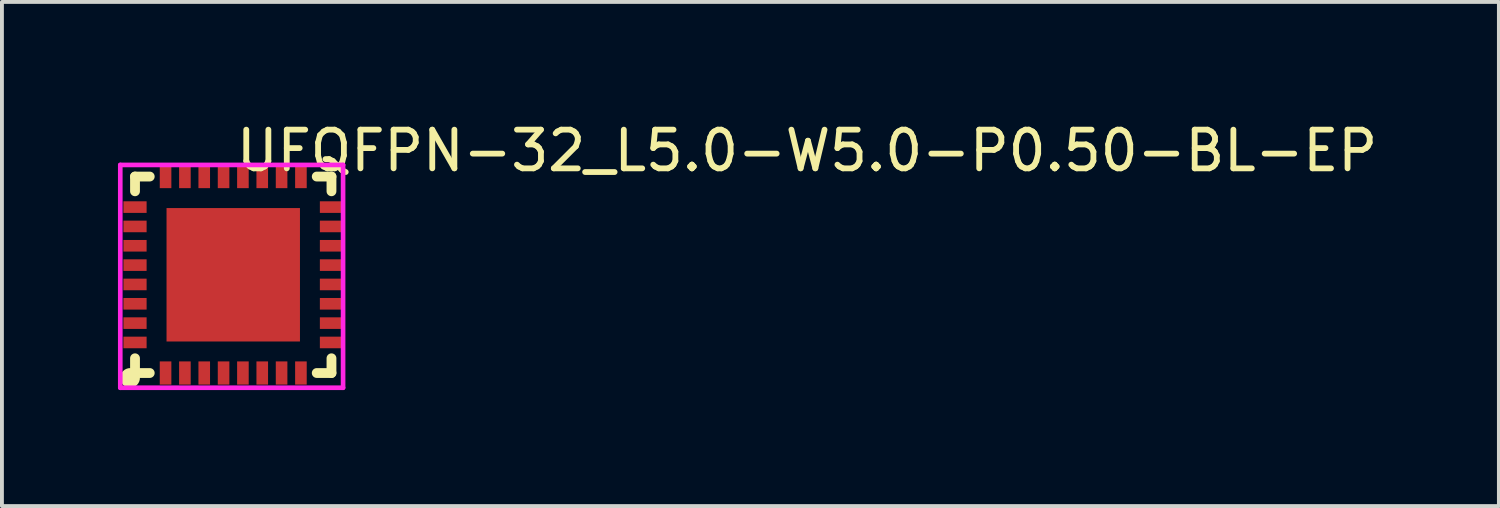
<source format=kicad_pcb>
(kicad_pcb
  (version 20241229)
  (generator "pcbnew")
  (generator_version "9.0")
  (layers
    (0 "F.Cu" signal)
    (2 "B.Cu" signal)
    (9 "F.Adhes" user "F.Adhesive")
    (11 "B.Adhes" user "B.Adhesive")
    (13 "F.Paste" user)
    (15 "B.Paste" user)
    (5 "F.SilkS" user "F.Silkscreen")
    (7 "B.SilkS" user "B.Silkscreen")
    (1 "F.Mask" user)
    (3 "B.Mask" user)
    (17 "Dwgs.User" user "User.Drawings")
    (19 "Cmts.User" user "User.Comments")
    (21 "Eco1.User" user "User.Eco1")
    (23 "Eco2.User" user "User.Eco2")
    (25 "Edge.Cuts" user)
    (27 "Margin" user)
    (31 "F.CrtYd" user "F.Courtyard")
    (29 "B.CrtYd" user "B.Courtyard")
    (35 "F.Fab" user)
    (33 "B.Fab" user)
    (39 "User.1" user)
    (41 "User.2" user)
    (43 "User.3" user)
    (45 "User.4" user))
  (footprint "UFQFPN-32_L5.0-W5.0-P0.50-BL-EP"
    (layer "F.Cu")
    (at 2.981 4.055)
    (property "Reference" "UFQFPN-32_L5.0-W5.0-P0.50-BL-EP" (at 0 -3.207 0) (layer "F.SilkS") (effects (font (size 1 1) (thickness 0.15)) (justify left)))
    (attr through_hole)
    (fp_line (start -2.54 -2.54) (end -2.159 -2.54) (stroke (width 0.254) (type solid)) (layer "F.SilkS"))
    (fp_line (start -2.54 -2.159) (end -2.54 -2.54) (stroke (width 0.254) (type solid)) (layer "F.SilkS"))
    (fp_line (start -2.54 2.54) (end -2.54 2.159) (stroke (width 0.254) (type solid)) (layer "F.SilkS"))
    (fp_line (start -2.159 2.54) (end -2.54 2.54) (stroke (width 0.254) (type solid)) (layer "F.SilkS"))
    (fp_line (start 2.159 -2.54) (end 2.54 -2.54) (stroke (width 0.254) (type solid)) (layer "F.SilkS"))
    (fp_line (start 2.54 -2.54) (end 2.54 -2.159) (stroke (width 0.254) (type solid)) (layer "F.SilkS"))
    (fp_line (start 2.54 2.159) (end 2.54 2.54) (stroke (width 0.254) (type solid)) (layer "F.SilkS"))
    (fp_line (start 2.54 2.54) (end 2.159 2.54) (stroke (width 0.254) (type solid)) (layer "F.SilkS"))
    (fp_circle (center -2.667 2.667) (end -2.54 2.667) (stroke (width 0.254) (type solid)) (fill no) (layer "F.SilkS"))
    (fp_circle (center -2.921 2.921) (end -2.891 2.921) (stroke (width 0.06) (type solid)) (fill no) (layer "Eco2.User"))
    (fp_poly (pts (xy -2.84 -1.9) (xy -2.24 -1.9) (xy -2.24 -1.6) (xy -2.84 -1.6)) (stroke (width 0.12) (type solid)) (fill no) (layer "Eco2.User"))
    (fp_poly (pts (xy -2.84 -1.4) (xy -2.24 -1.4) (xy -2.24 -1.1) (xy -2.84 -1.1)) (stroke (width 0.12) (type solid)) (fill no) (layer "Eco2.User"))
    (fp_poly (pts (xy -2.84 -0.9) (xy -2.24 -0.9) (xy -2.24 -0.6) (xy -2.84 -0.6)) (stroke (width 0.12) (type solid)) (fill no) (layer "Eco2.User"))
    (fp_poly (pts (xy -2.84 -0.4) (xy -2.24 -0.4) (xy -2.24 -0.1) (xy -2.84 -0.1)) (stroke (width 0.12) (type solid)) (fill no) (layer "Eco2.User"))
    (fp_poly (pts (xy -2.84 0.1) (xy -2.24 0.1) (xy -2.24 0.4) (xy -2.84 0.4)) (stroke (width 0.12) (type solid)) (fill no) (layer "Eco2.User"))
    (fp_poly (pts (xy -2.84 0.6) (xy -2.24 0.6) (xy -2.24 0.9) (xy -2.84 0.9)) (stroke (width 0.12) (type solid)) (fill no) (layer "Eco2.User"))
    (fp_poly (pts (xy -2.84 1.1) (xy -2.24 1.1) (xy -2.24 1.4) (xy -2.84 1.4)) (stroke (width 0.12) (type solid)) (fill no) (layer "Eco2.User"))
    (fp_poly (pts (xy -2.84 1.6) (xy -2.24 1.6) (xy -2.24 1.9) (xy -2.84 1.9)) (stroke (width 0.12) (type solid)) (fill no) (layer "Eco2.User"))
    (fp_poly (pts (xy -1.9 2.84) (xy -1.9 2.24) (xy -1.6 2.24) (xy -1.6 2.84)) (stroke (width 0.12) (type solid)) (fill no) (layer "Eco2.User"))
    (fp_poly (pts (xy -1.725 -1.725) (xy 1.725 -1.725) (xy 1.725 1.725) (xy -1.725 1.725)) (stroke (width 0.12) (type solid)) (fill no) (layer "Eco2.User"))
    (fp_poly (pts (xy -1.6 -2.84) (xy -1.6 -2.24) (xy -1.9 -2.24) (xy -1.9 -2.84)) (stroke (width 0.12) (type solid)) (fill no) (layer "Eco2.User"))
    (fp_poly (pts (xy -1.4 2.84) (xy -1.4 2.24) (xy -1.1 2.24) (xy -1.1 2.84)) (stroke (width 0.12) (type solid)) (fill no) (layer "Eco2.User"))
    (fp_poly (pts (xy -1.1 -2.84) (xy -1.1 -2.24) (xy -1.4 -2.24) (xy -1.4 -2.84)) (stroke (width 0.12) (type solid)) (fill no) (layer "Eco2.User"))
    (fp_poly (pts (xy -0.9 2.84) (xy -0.9 2.24) (xy -0.6 2.24) (xy -0.6 2.84)) (stroke (width 0.12) (type solid)) (fill no) (layer "Eco2.User"))
    (fp_poly (pts (xy -0.6 -2.84) (xy -0.6 -2.24) (xy -0.9 -2.24) (xy -0.9 -2.84)) (stroke (width 0.12) (type solid)) (fill no) (layer "Eco2.User"))
    (fp_poly (pts (xy -0.4 2.84) (xy -0.4 2.24) (xy -0.1 2.24) (xy -0.1 2.84)) (stroke (width 0.12) (type solid)) (fill no) (layer "Eco2.User"))
    (fp_poly (pts (xy -0.1 -2.84) (xy -0.1 -2.24) (xy -0.4 -2.24) (xy -0.4 -2.84)) (stroke (width 0.12) (type solid)) (fill no) (layer "Eco2.User"))
    (fp_poly (pts (xy 0.1 2.84) (xy 0.1 2.24) (xy 0.4 2.24) (xy 0.4 2.84)) (stroke (width 0.12) (type solid)) (fill no) (layer "Eco2.User"))
    (fp_poly (pts (xy 0.4 -2.84) (xy 0.4 -2.24) (xy 0.1 -2.24) (xy 0.1 -2.84)) (stroke (width 0.12) (type solid)) (fill no) (layer "Eco2.User"))
    (fp_poly (pts (xy 0.6 2.84) (xy 0.6 2.24) (xy 0.9 2.24) (xy 0.9 2.84)) (stroke (width 0.12) (type solid)) (fill no) (layer "Eco2.User"))
    (fp_poly (pts (xy 0.9 -2.84) (xy 0.9 -2.24) (xy 0.6 -2.24) (xy 0.6 -2.84)) (stroke (width 0.12) (type solid)) (fill no) (layer "Eco2.User"))
    (fp_poly (pts (xy 1.1 2.84) (xy 1.1 2.24) (xy 1.4 2.24) (xy 1.4 2.84)) (stroke (width 0.12) (type solid)) (fill no) (layer "Eco2.User"))
    (fp_poly (pts (xy 1.4 -2.84) (xy 1.4 -2.24) (xy 1.1 -2.24) (xy 1.1 -2.84)) (stroke (width 0.12) (type solid)) (fill no) (layer "Eco2.User"))
    (fp_poly (pts (xy 1.6 2.84) (xy 1.6 2.24) (xy 1.9 2.24) (xy 1.9 2.84)) (stroke (width 0.12) (type solid)) (fill no) (layer "Eco2.User"))
    (fp_poly (pts (xy 1.9 -2.84) (xy 1.9 -2.24) (xy 1.6 -2.24) (xy 1.6 -2.84)) (stroke (width 0.12) (type solid)) (fill no) (layer "Eco2.User"))
    (fp_poly (pts (xy 2.84 -1.6) (xy 2.24 -1.6) (xy 2.24 -1.9) (xy 2.84 -1.9)) (stroke (width 0.12) (type solid)) (fill no) (layer "Eco2.User"))
    (fp_poly (pts (xy 2.84 -1.1) (xy 2.24 -1.1) (xy 2.24 -1.4) (xy 2.84 -1.4)) (stroke (width 0.12) (type solid)) (fill no) (layer "Eco2.User"))
    (fp_poly (pts (xy 2.84 -0.6) (xy 2.24 -0.6) (xy 2.24 -0.9) (xy 2.84 -0.9)) (stroke (width 0.12) (type solid)) (fill no) (layer "Eco2.User"))
    (fp_poly (pts (xy 2.84 -0.1) (xy 2.24 -0.1) (xy 2.24 -0.4) (xy 2.84 -0.4)) (stroke (width 0.12) (type solid)) (fill no) (layer "Eco2.User"))
    (fp_poly (pts (xy 2.84 0.4) (xy 2.24 0.4) (xy 2.24 0.1) (xy 2.84 0.1)) (stroke (width 0.12) (type solid)) (fill no) (layer "Eco2.User"))
    (fp_poly (pts (xy 2.84 0.9) (xy 2.24 0.9) (xy 2.24 0.6) (xy 2.84 0.6)) (stroke (width 0.12) (type solid)) (fill no) (layer "Eco2.User"))
    (fp_poly (pts (xy 2.84 1.4) (xy 2.24 1.4) (xy 2.24 1.1) (xy 2.84 1.1)) (stroke (width 0.12) (type solid)) (fill no) (layer "Eco2.User"))
    (fp_poly (pts (xy 2.84 1.9) (xy 2.24 1.9) (xy 2.24 1.6) (xy 2.84 1.6)) (stroke (width 0.12) (type solid)) (fill no) (layer "Eco2.User"))
    (fp_line (start -2.921 -2.84) (end 2.84 -2.84) (stroke (width 0.12) (type solid)) (layer "F.CrtYd"))
    (fp_line (start -2.921 2.921) (end -2.921 -2.84) (stroke (width 0.12) (type solid)) (layer "F.CrtYd"))
    (fp_line (start 2.84 -2.84) (end 2.84 2.921) (stroke (width 0.12) (type solid)) (layer "F.CrtYd"))
    (fp_line (start 2.84 2.921) (end -2.921 2.921) (stroke (width 0.12) (type solid)) (layer "F.CrtYd"))
    (pad "1" smd rect (at -1.75 2.54 90) (size 0.6 0.3) (layers "F.Cu" "F.Mask" "F.Paste"))
    (pad "2" smd rect (at -1.25 2.54 90) (size 0.6 0.3) (layers "F.Cu" "F.Mask" "F.Paste"))
    (pad "3" smd rect (at -0.75 2.54 90) (size 0.6 0.3) (layers "F.Cu" "F.Mask" "F.Paste"))
    (pad "4" smd rect (at -0.25 2.54 90) (size 0.6 0.3) (layers "F.Cu" "F.Mask" "F.Paste"))
    (pad "5" smd rect (at 0.25 2.54 90) (size 0.6 0.3) (layers "F.Cu" "F.Mask" "F.Paste"))
    (pad "6" smd rect (at 0.75 2.54 90) (size 0.6 0.3) (layers "F.Cu" "F.Mask" "F.Paste"))
    (pad "7" smd rect (at 1.25 2.54 90) (size 0.6 0.3) (layers "F.Cu" "F.Mask" "F.Paste"))
    (pad "8" smd rect (at 1.75 2.54 90) (size 0.6 0.3) (layers "F.Cu" "F.Mask" "F.Paste"))
    (pad "9" smd rect (at 2.54 1.75 180) (size 0.6 0.3) (layers "F.Cu" "F.Mask" "F.Paste"))
    (pad "10" smd rect (at 2.54 1.25 180) (size 0.6 0.3) (layers "F.Cu" "F.Mask" "F.Paste"))
    (pad "11" smd rect (at 2.54 0.75 180) (size 0.6 0.3) (layers "F.Cu" "F.Mask" "F.Paste"))
    (pad "12" smd rect (at 2.54 0.25 180) (size 0.6 0.3) (layers "F.Cu" "F.Mask" "F.Paste"))
    (pad "13" smd rect (at 2.54 -0.25 180) (size 0.6 0.3) (layers "F.Cu" "F.Mask" "F.Paste"))
    (pad "14" smd rect (at 2.54 -0.75 180) (size 0.6 0.3) (layers "F.Cu" "F.Mask" "F.Paste"))
    (pad "15" smd rect (at 2.54 -1.25 180) (size 0.6 0.3) (layers "F.Cu" "F.Mask" "F.Paste"))
    (pad "16" smd rect (at 2.54 -1.75 180) (size 0.6 0.3) (layers "F.Cu" "F.Mask" "F.Paste"))
    (pad "17" smd rect (at 1.75 -2.54 270) (size 0.6 0.3) (layers "F.Cu" "F.Mask" "F.Paste"))
    (pad "18" smd rect (at 1.25 -2.54 270) (size 0.6 0.3) (layers "F.Cu" "F.Mask" "F.Paste"))
    (pad "19" smd rect (at 0.75 -2.54 270) (size 0.6 0.3) (layers "F.Cu" "F.Mask" "F.Paste"))
    (pad "20" smd rect (at 0.25 -2.54 270) (size 0.6 0.3) (layers "F.Cu" "F.Mask" "F.Paste"))
    (pad "21" smd rect (at -0.25 -2.54 270) (size 0.6 0.3) (layers "F.Cu" "F.Mask" "F.Paste"))
    (pad "22" smd rect (at -0.75 -2.54 270) (size 0.6 0.3) (layers "F.Cu" "F.Mask" "F.Paste"))
    (pad "23" smd rect (at -1.25 -2.54 270) (size 0.6 0.3) (layers "F.Cu" "F.Mask" "F.Paste"))
    (pad "24" smd rect (at -1.75 -2.54 270) (size 0.6 0.3) (layers "F.Cu" "F.Mask" "F.Paste"))
    (pad "25" smd rect (at -2.54 -1.75) (size 0.6 0.3) (layers "F.Cu" "F.Mask" "F.Paste"))
    (pad "26" smd rect (at -2.54 -1.25) (size 0.6 0.3) (layers "F.Cu" "F.Mask" "F.Paste"))
    (pad "27" smd rect (at -2.54 -0.75) (size 0.6 0.3) (layers "F.Cu" "F.Mask" "F.Paste"))
    (pad "28" smd rect (at -2.54 -0.25) (size 0.6 0.3) (layers "F.Cu" "F.Mask" "F.Paste"))
    (pad "29" smd rect (at -2.54 0.25) (size 0.6 0.3) (layers "F.Cu" "F.Mask" "F.Paste"))
    (pad "30" smd rect (at -2.54 0.75) (size 0.6 0.3) (layers "F.Cu" "F.Mask" "F.Paste"))
    (pad "31" smd rect (at -2.54 1.25) (size 0.6 0.3) (layers "F.Cu" "F.Mask" "F.Paste"))
    (pad "32" smd rect (at -2.54 1.75) (size 0.6 0.3) (layers "F.Cu" "F.Mask" "F.Paste"))
    (pad "33" smd rect (at 0 0) (size 3.45 3.45) (layers "F.Cu" "F.Mask" "F.Paste")))
  (gr_rect
    (start -3 -3)
    (end 35.707 10.036)
    (stroke (width 0.1) (type default))
    (fill no)
    (layer "Edge.Cuts")))
</source>
